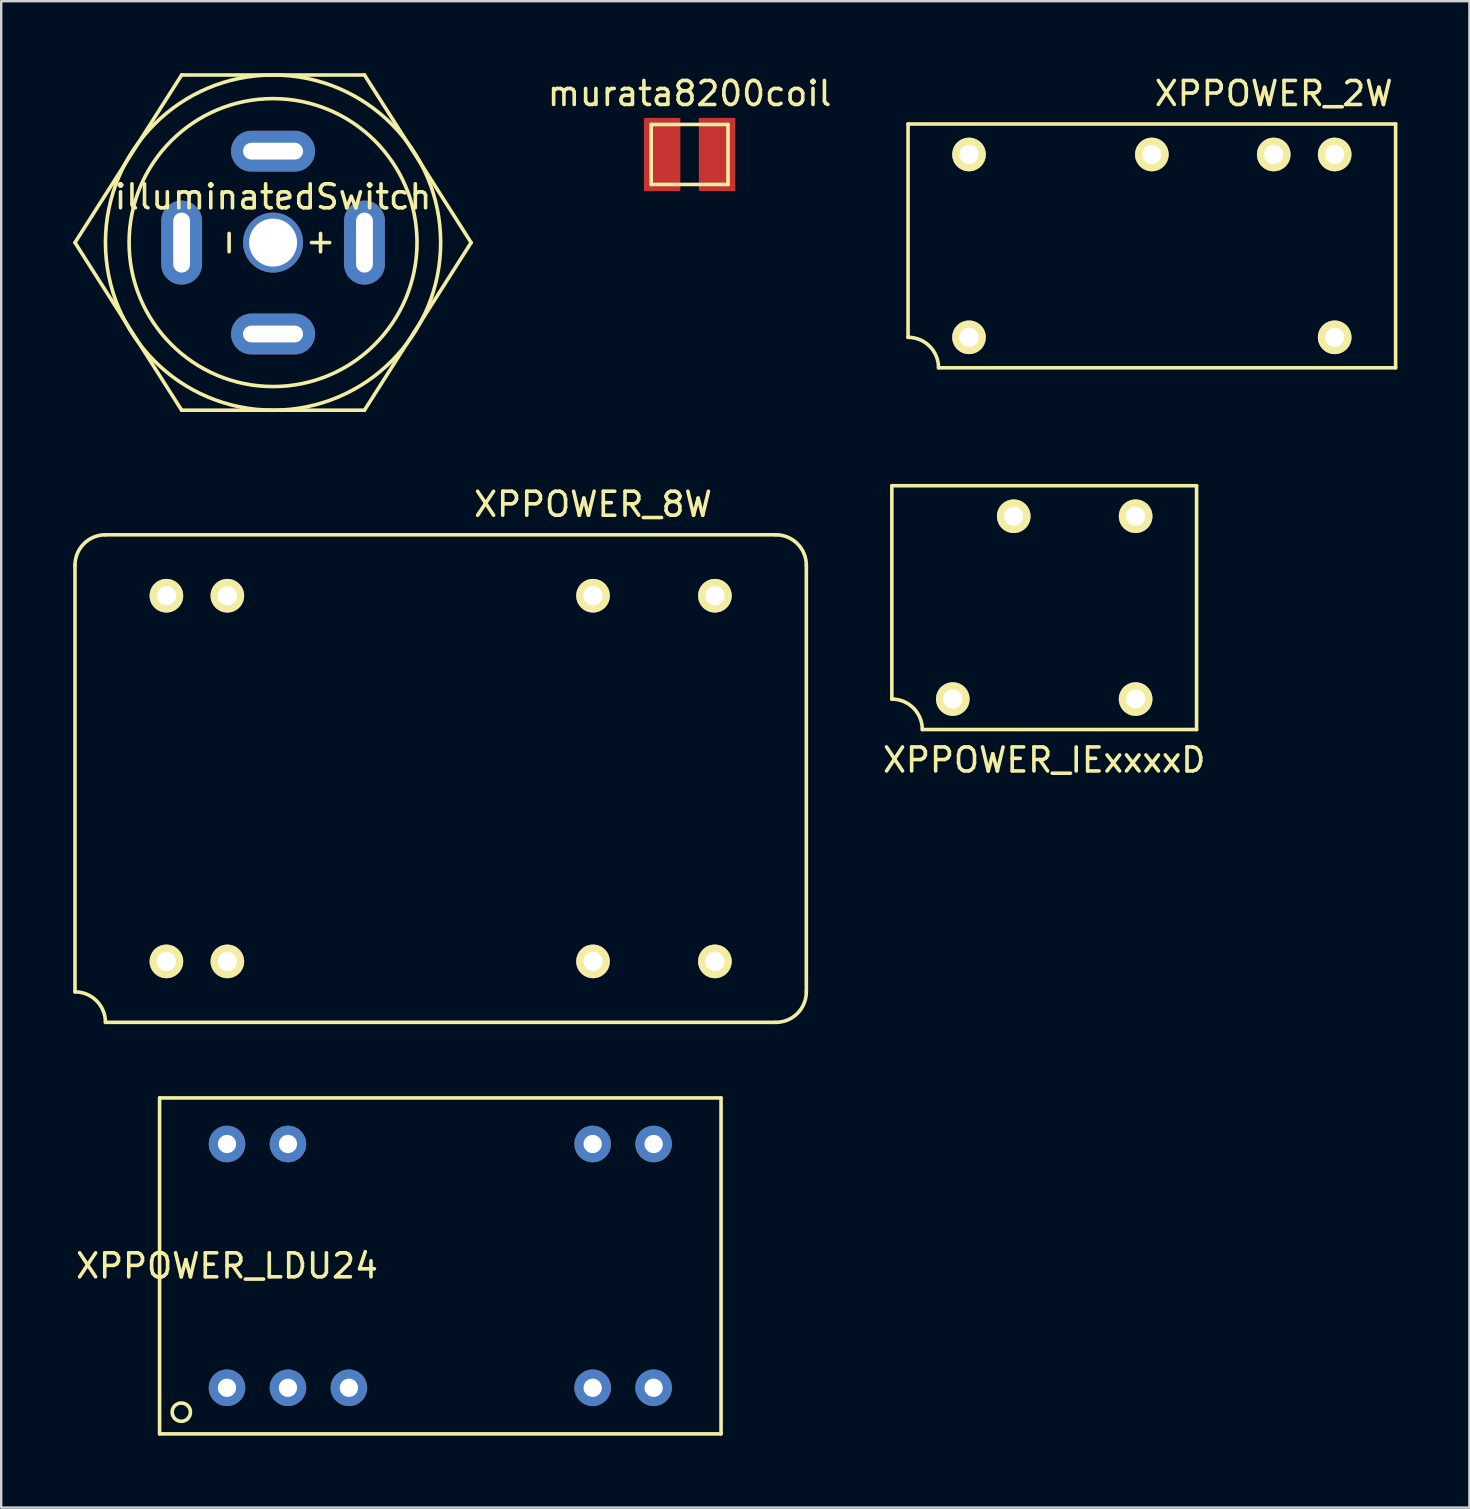
<source format=kicad_pcb>
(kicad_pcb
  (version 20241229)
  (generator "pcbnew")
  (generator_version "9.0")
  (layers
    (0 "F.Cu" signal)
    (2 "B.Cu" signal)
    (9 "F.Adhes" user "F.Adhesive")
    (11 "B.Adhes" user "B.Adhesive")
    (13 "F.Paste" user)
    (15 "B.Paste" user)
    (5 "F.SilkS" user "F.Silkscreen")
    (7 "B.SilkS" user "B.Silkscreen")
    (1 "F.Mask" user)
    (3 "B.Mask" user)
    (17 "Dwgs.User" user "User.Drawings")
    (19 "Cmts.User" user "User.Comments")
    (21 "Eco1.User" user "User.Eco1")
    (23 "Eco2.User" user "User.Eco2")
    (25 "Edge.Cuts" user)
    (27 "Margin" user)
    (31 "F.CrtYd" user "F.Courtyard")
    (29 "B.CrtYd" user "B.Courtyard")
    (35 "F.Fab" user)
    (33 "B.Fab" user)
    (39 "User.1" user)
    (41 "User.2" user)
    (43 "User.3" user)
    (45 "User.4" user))
  (footprint "XPPOWER_8W"
    (layer "F.Cu")
    (at 15.315 29.398)
    (property "Reference" "XPPOWER_8W" (at 6.35 -11.43 0) (layer "F.SilkS") (effects (font (size 1 1) (thickness 0.15))))
    (attr through_hole)
    (fp_line (start -15.24 8.89) (end -15.24 -8.89) (stroke (width 0.15) (type solid)) (layer "F.SilkS"))
    (fp_line (start -13.97 -10.16) (end 13.97 -10.16) (stroke (width 0.15) (type solid)) (layer "F.SilkS"))
    (fp_line (start 13.97 10.16) (end -13.97 10.16) (stroke (width 0.15) (type solid)) (layer "F.SilkS"))
    (fp_line (start 15.24 -8.89) (end 15.24 8.89) (stroke (width 0.15) (type solid)) (layer "F.SilkS"))
    (fp_arc (start -15.24 -8.89) (mid -14.868026 -9.788026) (end -13.97 -10.16) (stroke (width 0.15) (type solid)) (layer "F.SilkS"))
    (fp_arc (start -15.24 8.89) (mid -14.341974 9.261974) (end -13.97 10.16) (stroke (width 0.15) (type solid)) (layer "F.SilkS"))
    (fp_arc (start 13.97 -10.16) (mid 14.868026 -9.788026) (end 15.24 -8.89) (stroke (width 0.15) (type solid)) (layer "F.SilkS"))
    (fp_arc (start 15.24 8.89) (mid 14.868026 9.788026) (end 13.97 10.16) (stroke (width 0.15) (type solid)) (layer "F.SilkS"))
    (pad "2" thru_hole circle (at -11.43 7.62) (size 1.4 1.4) (drill 0.8) (layers "*.Cu" "*.Mask" "F.SilkS"))
    (pad "3" thru_hole circle (at -8.89 7.62) (size 1.4 1.4) (drill 0.8) (layers "*.Cu" "*.Mask" "F.SilkS"))
    (pad "9" thru_hole circle (at 6.35 7.62) (size 1.4 1.4) (drill 0.8) (layers "*.Cu" "*.Mask" "F.SilkS"))
    (pad "11" thru_hole circle (at 11.43 7.62) (size 1.4 1.4) (drill 0.8) (layers "*.Cu" "*.Mask" "F.SilkS"))
    (pad "14" thru_hole circle (at 11.43 -7.62) (size 1.4 1.4) (drill 0.8) (layers "*.Cu" "*.Mask" "F.SilkS"))
    (pad "16" thru_hole circle (at 6.35 -7.62) (size 1.4 1.4) (drill 0.8) (layers "*.Cu" "*.Mask" "F.SilkS"))
    (pad "22" thru_hole circle (at -8.89 -7.62) (size 1.4 1.4) (drill 0.8) (layers "*.Cu" "*.Mask" "F.SilkS"))
    (pad "23" thru_hole circle (at -11.43 -7.62) (size 1.4 1.4) (drill 0.8) (layers "*.Cu" "*.Mask" "F.SilkS")))
  (footprint "murata8200coil"
    (layer "F.Cu")
    (at 25.69 3.388)
    (property "Reference" "murata8200coil" (at 0 -2.54 0) (layer "F.SilkS") (effects (font (size 1 1) (thickness 0.15))))
    (attr through_hole)
    (fp_line (start -1.6 -1.25) (end 1.6 -1.25) (stroke (width 0.15) (type solid)) (layer "F.SilkS"))
    (fp_line (start -1.6 1.25) (end -1.6 -1.25) (stroke (width 0.15) (type solid)) (layer "F.SilkS"))
    (fp_line (start 1.6 -1.25) (end 1.6 1.25) (stroke (width 0.15) (type solid)) (layer "F.SilkS"))
    (fp_line (start 1.6 1.25) (end -1.6 1.25) (stroke (width 0.15) (type solid)) (layer "F.SilkS"))
    (pad "1" smd rect (at 1.145 0) (size 1.52 3.05) (layers "F.Cu" "F.Mask" "F.Paste"))
    (pad "2" smd rect (at -1.145 0) (size 1.52 3.05) (layers "F.Cu" "F.Mask" "F.Paste")))
  (footprint "illuminatedSwitch"
    (layer "F.Cu")
    (at 8.33 7.06)
    (property "Reference" "illuminatedSwitch" (at 0 -1.905 0) (layer "F.SilkS") (effects (font (size 1 1) (thickness 0.15))))
    (attr through_hole)
    (fp_line (start -8.255 0) (end -3.81 -6.985) (stroke (width 0.15) (type solid)) (layer "F.SilkS"))
    (fp_line (start -3.81 -6.985) (end 3.81 -6.985) (stroke (width 0.15) (type solid)) (layer "F.SilkS"))
    (fp_line (start -3.81 6.985) (end -8.255 0) (stroke (width 0.15) (type solid)) (layer "F.SilkS"))
    (fp_line (start 3.81 -6.985) (end 8.255 0) (stroke (width 0.15) (type solid)) (layer "F.SilkS"))
    (fp_line (start 3.81 6.985) (end -3.81 6.985) (stroke (width 0.15) (type solid)) (layer "F.SilkS"))
    (fp_line (start 8.255 0) (end 3.81 6.985) (stroke (width 0.15) (type solid)) (layer "F.SilkS"))
    (fp_circle (center 0 0) (end 6 0) (stroke (width 0.15) (type solid)) (fill no) (layer "F.SilkS"))
    (fp_circle (center 0 0) (end 6.985 0) (stroke (width 0.15) (type solid)) (fill no) (layer "F.SilkS"))
    (fp_text user "-" (at -1.905 0 90) (layer "F.SilkS") (effects (font (size 1 1) (thickness 0.15))))
    (fp_text user "+" (at 1.905 0 90) (layer "F.SilkS") (effects (font (size 1 1) (thickness 0.15))))
    (pad "" np_thru_hole circle (at 0 0) (size 2.5 2.5) (drill 2) (layers "*.Cu" "*.Mask"))
    (pad "1" thru_hole oval (at 0 -3.81) (size 3.5 1.7) (drill oval 2.5 0.7) (layers "*.Cu" "*.Mask"))
    (pad "2" thru_hole oval (at 0 3.81) (size 3.5 1.7) (drill oval 2.5 0.7) (layers "*.Cu" "*.Mask"))
    (pad "3" thru_hole oval (at -3.81 0 90) (size 3.5 1.7) (drill oval 2.5 0.7) (layers "*.Cu" "*.Mask"))
    (pad "4" thru_hole oval (at 3.81 0 90) (size 3.5 1.7) (drill oval 2.5 0.7) (layers "*.Cu" "*.Mask")))
  (footprint "XPPOWER_IExxxxD"
    (layer "F.Cu")
    (at 40.469 22.275)
    (property "Reference" "XPPOWER_IExxxxD" (at 0 6.35 0) (layer "F.SilkS") (effects (font (size 1 1) (thickness 0.15))))
    (attr through_hole)
    (fp_line (start -6.35 -5.08) (end 6.35 -5.08) (stroke (width 0.15) (type solid)) (layer "F.SilkS"))
    (fp_line (start -6.35 3.81) (end -6.35 -5.08) (stroke (width 0.15) (type solid)) (layer "F.SilkS"))
    (fp_line (start 6.35 -5.08) (end 6.35 5.08) (stroke (width 0.15) (type solid)) (layer "F.SilkS"))
    (fp_line (start 6.35 5.08) (end -5.08 5.08) (stroke (width 0.15) (type solid)) (layer "F.SilkS"))
    (fp_arc (start -6.35 3.81) (mid -5.451974 4.181974) (end -5.08 5.08) (stroke (width 0.15) (type solid)) (layer "F.SilkS"))
    (pad "1" thru_hole circle (at -3.81 3.81) (size 1.4 1.4) (drill 0.8) (layers "*.Cu" "*.Mask" "F.SilkS"))
    (pad "4" thru_hole circle (at 3.81 3.81) (size 1.4 1.4) (drill 0.8) (layers "*.Cu" "*.Mask" "F.SilkS"))
    (pad "5" thru_hole circle (at 3.81 -3.81) (size 1.4 1.4) (drill 0.8) (layers "*.Cu" "*.Mask" "F.SilkS"))
    (pad "7" thru_hole circle (at -1.27 -3.81) (size 1.4 1.4) (drill 0.8) (layers "*.Cu" "*.Mask" "F.SilkS")))
  (footprint "XPPOWER_2W"
    (layer "F.Cu")
    (at 44.955 7.198)
    (property "Reference" "XPPOWER_2W" (at 5.08 -6.35 0) (layer "F.SilkS") (effects (font (size 1 1) (thickness 0.15))))
    (attr through_hole)
    (fp_line (start -10.16 -5.08) (end 10.16 -5.08) (stroke (width 0.15) (type solid)) (layer "F.SilkS"))
    (fp_line (start -10.16 3.81) (end -10.16 -5.08) (stroke (width 0.15) (type solid)) (layer "F.SilkS"))
    (fp_line (start 10.16 -5.08) (end 10.16 5.08) (stroke (width 0.15) (type solid)) (layer "F.SilkS"))
    (fp_line (start 10.16 5.08) (end -8.89 5.08) (stroke (width 0.15) (type solid)) (layer "F.SilkS"))
    (fp_arc (start -10.16 3.81) (mid -9.261974 4.181974) (end -8.89 5.08) (stroke (width 0.15) (type solid)) (layer "F.SilkS"))
    (pad "1" thru_hole circle (at -7.62 3.81) (size 1.4 1.4) (drill 0.8) (layers "*.Cu" "*.Mask" "F.SilkS"))
    (pad "7" thru_hole circle (at 7.62 3.81) (size 1.4 1.4) (drill 0.8) (layers "*.Cu" "*.Mask" "F.SilkS"))
    (pad "8" thru_hole circle (at 7.62 -3.81) (size 1.4 1.4) (drill 0.8) (layers "*.Cu" "*.Mask" "F.SilkS"))
    (pad "9" thru_hole circle (at 5.08 -3.81) (size 1.4 1.4) (drill 0.8) (layers "*.Cu" "*.Mask" "F.SilkS"))
    (pad "11" thru_hole circle (at 0 -3.81) (size 1.4 1.4) (drill 0.8) (layers "*.Cu" "*.Mask" "F.SilkS"))
    (pad "14" thru_hole circle (at -7.62 -3.81) (size 1.4 1.4) (drill 0.8) (layers "*.Cu" "*.Mask" "F.SilkS")))
  (footprint "XPPOWER_LDU24"
    (layer "F.Cu")
    (at 6.411 54.788)
    (property "Reference" "XPPOWER_LDU24" (at 0 -5.08 0) (layer "F.SilkS") (effects (font (size 1 1) (thickness 0.15))))
    (attr through_hole)
    (fp_line (start -2.81 -12.08) (end 20.59 -12.08) (stroke (width 0.15) (type solid)) (layer "F.SilkS"))
    (fp_line (start -2.81 1.92) (end -2.81 -12.08) (stroke (width 0.15) (type solid)) (layer "F.SilkS"))
    (fp_line (start 20.59 -12.08) (end 20.59 1.92) (stroke (width 0.15) (type solid)) (layer "F.SilkS"))
    (fp_line (start 20.59 1.92) (end -2.81 1.92) (stroke (width 0.15) (type solid)) (layer "F.SilkS"))
    (fp_circle (center -1.905 1.016) (end -1.905 1.397) (stroke (width 0.15) (type solid)) (fill no) (layer "F.SilkS"))
    (pad "1" thru_hole circle (at 0 0) (size 1.524 1.524) (drill 0.762) (layers "*.Cu" "*.Mask"))
    (pad "2" thru_hole circle (at 2.54 0) (size 1.524 1.524) (drill 0.762) (layers "*.Cu" "*.Mask"))
    (pad "3" thru_hole circle (at 5.08 0) (size 1.524 1.524) (drill 0.762) (layers "*.Cu" "*.Mask"))
    (pad "7" thru_hole circle (at 15.24 0) (size 1.524 1.524) (drill 0.762) (layers "*.Cu" "*.Mask"))
    (pad "8" thru_hole circle (at 17.78 0) (size 1.524 1.524) (drill 0.762) (layers "*.Cu" "*.Mask"))
    (pad "9" thru_hole circle (at 17.78 -10.16) (size 1.524 1.524) (drill 0.762) (layers "*.Cu" "*.Mask"))
    (pad "10" thru_hole circle (at 15.24 -10.16) (size 1.524 1.524) (drill 0.762) (layers "*.Cu" "*.Mask"))
    (pad "15" thru_hole circle (at 2.54 -10.16) (size 1.524 1.524) (drill 0.762) (layers "*.Cu" "*.Mask"))
    (pad "16" thru_hole circle (at 0 -10.16) (size 1.524 1.524) (drill 0.762) (layers "*.Cu" "*.Mask")))
  (gr_rect
    (start -3 -3)
    (end 58.19 59.783)
    (stroke (width 0.1) (type default))
    (fill no)
    (layer "Edge.Cuts")))
</source>
